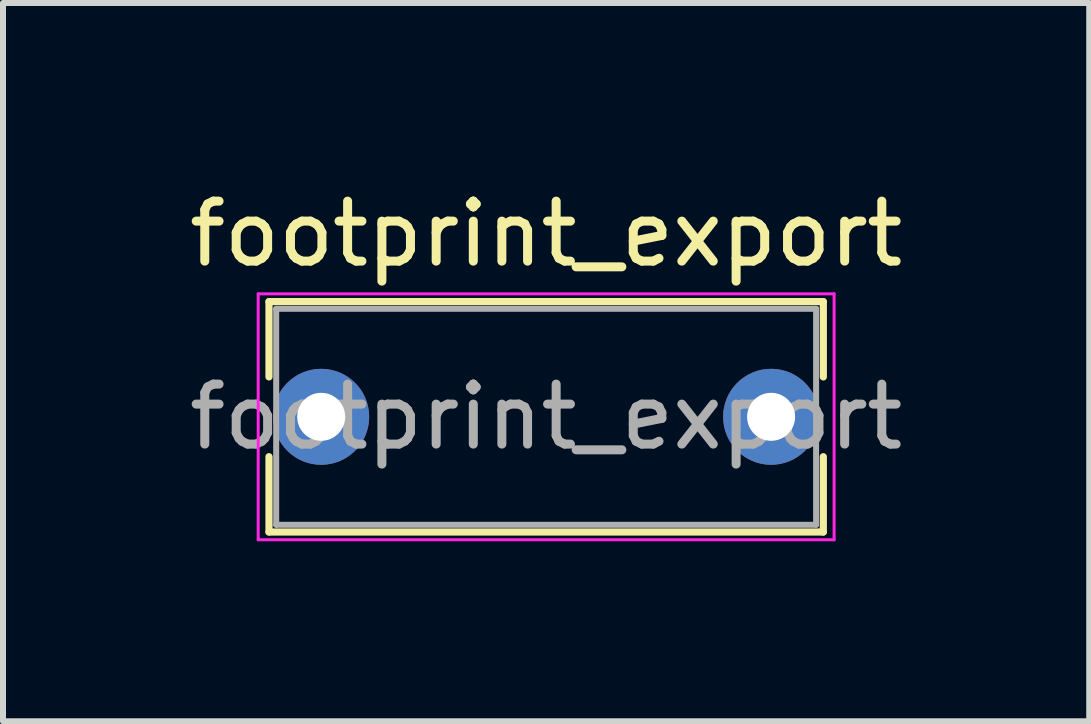
<source format=kicad_pcb>
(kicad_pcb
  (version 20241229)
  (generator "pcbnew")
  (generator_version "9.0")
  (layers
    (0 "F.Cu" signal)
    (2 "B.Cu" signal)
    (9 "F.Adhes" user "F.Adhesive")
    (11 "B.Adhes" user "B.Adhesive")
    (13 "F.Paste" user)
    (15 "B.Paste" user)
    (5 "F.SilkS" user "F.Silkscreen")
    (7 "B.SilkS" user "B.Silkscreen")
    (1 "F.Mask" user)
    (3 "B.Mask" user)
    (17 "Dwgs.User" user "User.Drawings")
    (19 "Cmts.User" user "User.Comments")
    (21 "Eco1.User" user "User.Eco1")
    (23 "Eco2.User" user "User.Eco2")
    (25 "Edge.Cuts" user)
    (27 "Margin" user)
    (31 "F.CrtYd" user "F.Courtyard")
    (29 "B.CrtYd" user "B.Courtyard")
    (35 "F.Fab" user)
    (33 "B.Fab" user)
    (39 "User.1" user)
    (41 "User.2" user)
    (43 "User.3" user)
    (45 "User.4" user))
  (footprint "footprint_export"
    (layer "F.Cu")
    (at 2.304 3.898)
    (property "Reference" "footprint_export" (at 3.75 -3.05 0) (layer "F.SilkS") (effects (font (size 1 1) (thickness 0.15))))
    (attr through_hole)
    (fp_line (start -0.87 -1.92) (end -0.87 -0.665) (stroke (width 0.12) (type solid)) (layer "F.SilkS"))
    (fp_line (start -0.87 -1.92) (end 8.37 -1.92) (stroke (width 0.12) (type solid)) (layer "F.SilkS"))
    (fp_line (start -0.87 0.665) (end -0.87 1.92) (stroke (width 0.12) (type solid)) (layer "F.SilkS"))
    (fp_line (start -0.87 1.92) (end 8.37 1.92) (stroke (width 0.12) (type solid)) (layer "F.SilkS"))
    (fp_line (start 8.37 -1.92) (end 8.37 -0.665) (stroke (width 0.12) (type solid)) (layer "F.SilkS"))
    (fp_line (start 8.37 0.665) (end 8.37 1.92) (stroke (width 0.12) (type solid)) (layer "F.SilkS"))
    (fp_line (start -1.05 -2.05) (end -1.05 2.05) (stroke (width 0.05) (type solid)) (layer "F.CrtYd"))
    (fp_line (start -1.05 2.05) (end 8.55 2.05) (stroke (width 0.05) (type solid)) (layer "F.CrtYd"))
    (fp_line (start 8.55 -2.05) (end -1.05 -2.05) (stroke (width 0.05) (type solid)) (layer "F.CrtYd"))
    (fp_line (start 8.55 2.05) (end 8.55 -2.05) (stroke (width 0.05) (type solid)) (layer "F.CrtYd"))
    (fp_line (start -0.75 -1.8) (end -0.75 1.8) (stroke (width 0.1) (type solid)) (layer "F.Fab"))
    (fp_line (start -0.75 1.8) (end 8.25 1.8) (stroke (width 0.1) (type solid)) (layer "F.Fab"))
    (fp_line (start 8.25 -1.8) (end -0.75 -1.8) (stroke (width 0.1) (type solid)) (layer "F.Fab"))
    (fp_line (start 8.25 1.8) (end 8.25 -1.8) (stroke (width 0.1) (type solid)) (layer "F.Fab"))
    (fp_text user "${REFERENCE}" (at 3.75 0 0) (layer "F.Fab") (effects (font (size 1 1) (thickness 0.15))))
    (pad "1" thru_hole circle (at 0 0) (size 1.6 1.6) (drill 0.8) (layers "*.Cu" "*.Mask"))
    (pad "2" thru_hole circle (at 7.5 0) (size 1.6 1.6) (drill 0.8) (layers "*.Cu" "*.Mask")))
  (gr_rect
    (start -3 -3)
    (end 15.107 8.973)
    (stroke (width 0.1) (type default))
    (fill no)
    (layer "Edge.Cuts")))
</source>
